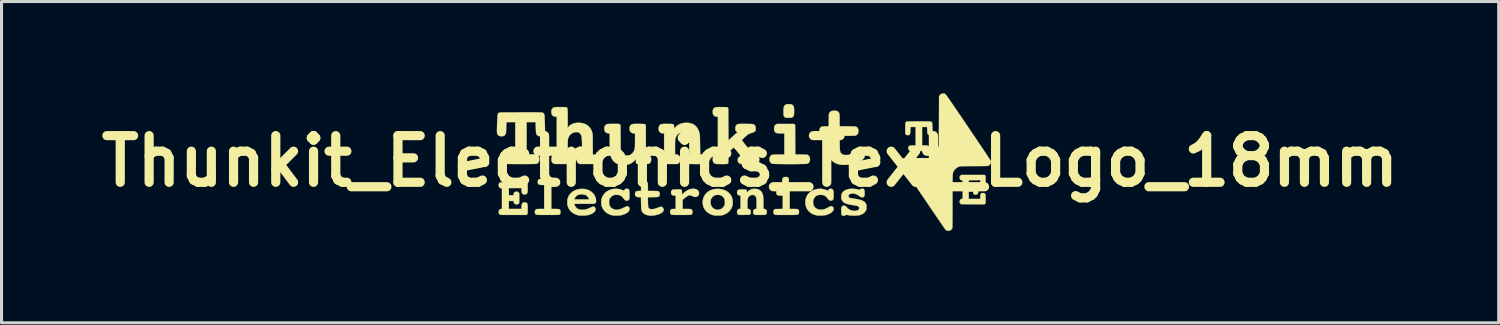
<source format=kicad_pcb>
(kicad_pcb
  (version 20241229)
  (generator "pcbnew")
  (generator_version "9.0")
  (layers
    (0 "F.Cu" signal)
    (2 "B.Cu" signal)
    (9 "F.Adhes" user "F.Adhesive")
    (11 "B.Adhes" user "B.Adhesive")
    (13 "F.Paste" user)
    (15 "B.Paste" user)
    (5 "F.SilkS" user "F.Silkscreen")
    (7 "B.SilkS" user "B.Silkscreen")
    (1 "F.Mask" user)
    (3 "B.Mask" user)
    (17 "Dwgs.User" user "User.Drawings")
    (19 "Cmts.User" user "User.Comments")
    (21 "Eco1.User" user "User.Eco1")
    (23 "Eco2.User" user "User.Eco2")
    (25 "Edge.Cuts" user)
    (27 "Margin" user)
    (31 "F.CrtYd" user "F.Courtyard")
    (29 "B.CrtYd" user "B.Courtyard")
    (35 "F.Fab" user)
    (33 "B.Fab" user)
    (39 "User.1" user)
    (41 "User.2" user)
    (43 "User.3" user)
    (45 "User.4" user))
  (footprint "Thunkit_Electronics_Text_Logo_18mm"
    (layer "F.Cu")
    (at 21.452 2.215)
    (property "Reference" "Thunkit_Electronics_Text_Logo_18mm" (at 0 0 0) (layer "F.SilkS") (effects (font (size 1.524 1.524) (thickness 0.3))))
    (attr through_hole)
    (fp_poly (pts (xy 1.173 0.516) (xy 1.202 0.519) (xy 1.221 0.522) (xy 1.235 0.529) (xy 1.246 0.539) (xy 1.254 0.547) (xy 1.26 0.556) (xy 1.263 0.566) (xy 1.265 0.582) (xy 1.266 0.607) (xy 1.266 0.641) (xy 1.266 0.66) (xy 1.266 0.701) (xy 1.266 0.729) (xy 1.264 0.749) (xy 1.261 0.761) (xy 1.257 0.77) (xy 1.25 0.778) (xy 1.25 0.778) (xy 1.24 0.786) (xy 1.228 0.791) (xy 1.21 0.794) (xy 1.183 0.796) (xy 1.165 0.797) (xy 1.133 0.798) (xy 1.111 0.798) (xy 1.098 0.795) (xy 1.088 0.79) (xy 1.078 0.781) (xy 1.075 0.779) (xy 1.058 0.752) (xy 1.048 0.716) (xy 1.046 0.668) (xy 1.049 0.634) (xy 1.056 0.588) (xy 1.067 0.555) (xy 1.084 0.533) (xy 1.109 0.521) (xy 1.143 0.516) (xy 1.173 0.516)) (stroke (width 0.01) (type solid)) (fill yes) (layer "F.SilkS"))
    (fp_poly (pts (xy 1.304 -1.863) (xy 1.352 -1.853) (xy 1.388 -1.835) (xy 1.413 -1.808) (xy 1.429 -1.771) (xy 1.43 -1.767) (xy 1.433 -1.745) (xy 1.435 -1.714) (xy 1.436 -1.675) (xy 1.437 -1.633) (xy 1.436 -1.591) (xy 1.435 -1.552) (xy 1.432 -1.521) (xy 1.429 -1.5) (xy 1.429 -1.499) (xy 1.413 -1.463) (xy 1.387 -1.438) (xy 1.35 -1.423) (xy 1.348 -1.423) (xy 1.315 -1.418) (xy 1.273 -1.416) (xy 1.23 -1.417) (xy 1.19 -1.42) (xy 1.171 -1.423) (xy 1.136 -1.438) (xy 1.11 -1.464) (xy 1.095 -1.498) (xy 1.092 -1.519) (xy 1.09 -1.552) (xy 1.089 -1.595) (xy 1.09 -1.64) (xy 1.091 -1.684) (xy 1.093 -1.717) (xy 1.095 -1.74) (xy 1.098 -1.758) (xy 1.103 -1.773) (xy 1.11 -1.789) (xy 1.111 -1.789) (xy 1.126 -1.813) (xy 1.143 -1.834) (xy 1.152 -1.841) (xy 1.182 -1.854) (xy 1.223 -1.862) (xy 1.271 -1.864) (xy 1.304 -1.863)) (stroke (width 0.01) (type solid)) (fill yes) (layer "F.SilkS"))
    (fp_poly (pts (xy 1.154 0.922) (xy 1.195 0.922) (xy 1.226 0.923) (xy 1.248 0.925) (xy 1.262 0.927) (xy 1.272 0.931) (xy 1.276 0.933) (xy 1.292 0.944) (xy 1.292 1.56) (xy 1.412 1.56) (xy 1.466 1.561) (xy 1.507 1.563) (xy 1.537 1.566) (xy 1.559 1.572) (xy 1.574 1.581) (xy 1.584 1.594) (xy 1.59 1.606) (xy 1.597 1.635) (xy 1.598 1.668) (xy 1.594 1.698) (xy 1.584 1.719) (xy 1.578 1.727) (xy 1.571 1.734) (xy 1.564 1.74) (xy 1.554 1.744) (xy 1.54 1.748) (xy 1.521 1.751) (xy 1.496 1.753) (xy 1.463 1.754) (xy 1.421 1.755) (xy 1.369 1.756) (xy 1.307 1.756) (xy 1.231 1.756) (xy 1.179 1.756) (xy 1.098 1.756) (xy 1.03 1.756) (xy 0.974 1.756) (xy 0.929 1.755) (xy 0.893 1.755) (xy 0.865 1.754) (xy 0.845 1.753) (xy 0.829 1.751) (xy 0.818 1.749) (xy 0.81 1.747) (xy 0.804 1.744) (xy 0.8 1.742) (xy 0.78 1.725) (xy 0.768 1.704) (xy 0.763 1.674) (xy 0.762 1.651) (xy 0.763 1.625) (xy 0.769 1.607) (xy 0.781 1.59) (xy 0.783 1.588) (xy 0.804 1.564) (xy 1.067 1.559) (xy 1.067 1.127) (xy 0.992 1.123) (xy 0.943 1.12) (xy 0.906 1.112) (xy 0.881 1.098) (xy 0.865 1.078) (xy 0.858 1.051) (xy 0.857 1.014) (xy 0.858 1.009) (xy 0.863 0.974) (xy 0.875 0.951) (xy 0.895 0.936) (xy 0.914 0.929) (xy 0.929 0.927) (xy 0.955 0.925) (xy 0.992 0.923) (xy 1.035 0.922) (xy 1.082 0.922) (xy 1.1 0.922) (xy 1.154 0.922)) (stroke (width 0.01) (type solid)) (fill yes) (layer "F.SilkS"))
    (fp_poly (pts (xy 1.47 -1.183) (xy 1.472 -0.701) (xy 1.474 -0.219) (xy 1.667 -0.216) (xy 1.726 -0.216) (xy 1.771 -0.215) (xy 1.806 -0.214) (xy 1.832 -0.213) (xy 1.851 -0.211) (xy 1.865 -0.208) (xy 1.876 -0.205) (xy 1.885 -0.201) (xy 1.891 -0.197) (xy 1.922 -0.171) (xy 1.944 -0.136) (xy 1.955 -0.093) (xy 1.956 -0.045) (xy 1.952 -0.018) (xy 1.937 0.025) (xy 1.913 0.057) (xy 1.878 0.078) (xy 1.863 0.083) (xy 1.848 0.086) (xy 1.82 0.088) (xy 1.78 0.089) (xy 1.731 0.091) (xy 1.672 0.092) (xy 1.606 0.093) (xy 1.535 0.094) (xy 1.459 0.095) (xy 1.38 0.095) (xy 1.299 0.095) (xy 1.218 0.095) (xy 1.139 0.095) (xy 1.063 0.094) (xy 0.99 0.093) (xy 0.924 0.092) (xy 0.864 0.091) (xy 0.813 0.089) (xy 0.772 0.088) (xy 0.743 0.086) (xy 0.726 0.083) (xy 0.725 0.083) (xy 0.688 0.065) (xy 0.659 0.036) (xy 0.641 -0.002) (xy 0.632 -0.046) (xy 0.635 -0.096) (xy 0.64 -0.121) (xy 0.656 -0.158) (xy 0.684 -0.188) (xy 0.719 -0.207) (xy 0.728 -0.209) (xy 0.747 -0.212) (xy 0.78 -0.215) (xy 0.823 -0.216) (xy 0.877 -0.217) (xy 0.939 -0.218) (xy 1.118 -0.218) (xy 1.118 -0.907) (xy 1.014 -0.907) (xy 0.955 -0.908) (xy 0.91 -0.912) (xy 0.874 -0.918) (xy 0.847 -0.928) (xy 0.826 -0.941) (xy 0.818 -0.949) (xy 0.802 -0.97) (xy 0.791 -0.994) (xy 0.785 -1.024) (xy 0.784 -1.064) (xy 0.784 -1.065) (xy 0.787 -1.113) (xy 0.798 -1.149) (xy 0.817 -1.177) (xy 0.844 -1.198) (xy 0.874 -1.216) (xy 1.437 -1.216) (xy 1.47 -1.183)) (stroke (width 0.01) (type solid)) (fill yes) (layer "F.SilkS"))
    (fp_poly (pts (xy -1 0.906) (xy -0.987 0.907) (xy -0.901 0.923) (xy -0.823 0.95) (xy -0.754 0.986) (xy -0.695 1.032) (xy -0.646 1.087) (xy -0.608 1.15) (xy -0.582 1.22) (xy -0.568 1.296) (xy -0.566 1.34) (xy -0.569 1.398) (xy -0.577 1.449) (xy -0.593 1.497) (xy -0.607 1.53) (xy -0.645 1.592) (xy -0.694 1.648) (xy -0.754 1.695) (xy -0.822 1.733) (xy -0.874 1.754) (xy -0.901 1.762) (xy -0.926 1.767) (xy -0.953 1.771) (xy -0.986 1.773) (xy -1.028 1.775) (xy -1.038 1.775) (xy -1.098 1.776) (xy -1.145 1.774) (xy -1.18 1.769) (xy -1.187 1.768) (xy -1.268 1.743) (xy -1.341 1.707) (xy -1.404 1.663) (xy -1.456 1.61) (xy -1.498 1.55) (xy -1.528 1.483) (xy -1.546 1.411) (xy -1.55 1.343) (xy -1.294 1.343) (xy -1.287 1.405) (xy -1.268 1.459) (xy -1.238 1.506) (xy -1.197 1.543) (xy -1.145 1.571) (xy -1.118 1.58) (xy -1.078 1.586) (xy -1.032 1.584) (xy -0.986 1.576) (xy -0.954 1.565) (xy -0.907 1.535) (xy -0.868 1.495) (xy -0.843 1.452) (xy -0.833 1.43) (xy -0.828 1.409) (xy -0.825 1.385) (xy -0.824 1.353) (xy -0.824 1.343) (xy -0.826 1.29) (xy -0.835 1.247) (xy -0.85 1.211) (xy -0.874 1.177) (xy -0.883 1.168) (xy -0.918 1.136) (xy -0.956 1.115) (xy -1 1.103) (xy -1.054 1.1) (xy -1.056 1.1) (xy -1.108 1.103) (xy -1.151 1.113) (xy -1.188 1.133) (xy -1.223 1.162) (xy -1.233 1.173) (xy -1.264 1.213) (xy -1.284 1.257) (xy -1.293 1.306) (xy -1.294 1.343) (xy -1.55 1.343) (xy -1.55 1.335) (xy -1.543 1.263) (xy -1.522 1.189) (xy -1.489 1.121) (xy -1.445 1.06) (xy -1.39 1.008) (xy -1.325 0.966) (xy -1.252 0.934) (xy -1.238 0.929) (xy -1.162 0.912) (xy -1.08 0.904) (xy -1 0.906)) (stroke (width 0.01) (type solid)) (fill yes) (layer "F.SilkS"))
    (fp_poly (pts (xy -6.717 0.574) (xy -6.667 0.575) (xy -6.618 0.575) (xy -6.581 0.576) (xy -6.555 0.578) (xy -6.537 0.579) (xy -6.525 0.582) (xy -6.517 0.586) (xy -6.512 0.591) (xy -6.509 0.594) (xy -6.506 0.598) (xy -6.504 0.603) (xy -6.502 0.61) (xy -6.5 0.621) (xy -6.499 0.636) (xy -6.498 0.656) (xy -6.497 0.683) (xy -6.496 0.718) (xy -6.496 0.761) (xy -6.495 0.814) (xy -6.495 0.878) (xy -6.495 0.953) (xy -6.495 1.042) (xy -6.495 1.086) (xy -6.495 1.56) (xy -6.374 1.56) (xy -6.321 1.561) (xy -6.281 1.563) (xy -6.251 1.567) (xy -6.23 1.573) (xy -6.215 1.583) (xy -6.205 1.596) (xy -6.198 1.614) (xy -6.197 1.615) (xy -6.193 1.645) (xy -6.194 1.679) (xy -6.201 1.71) (xy -6.205 1.721) (xy -6.21 1.729) (xy -6.216 1.735) (xy -6.224 1.741) (xy -6.235 1.745) (xy -6.252 1.748) (xy -6.274 1.751) (xy -6.303 1.753) (xy -6.341 1.754) (xy -6.388 1.755) (xy -6.445 1.756) (xy -6.515 1.756) (xy -6.598 1.756) (xy -6.613 1.756) (xy -6.696 1.756) (xy -6.766 1.756) (xy -6.824 1.755) (xy -6.871 1.754) (xy -6.908 1.753) (xy -6.937 1.752) (xy -6.958 1.751) (xy -6.973 1.749) (xy -6.983 1.747) (xy -6.987 1.745) (xy -7.009 1.728) (xy -7.024 1.703) (xy -7.031 1.672) (xy -7.031 1.639) (xy -7.022 1.609) (xy -7.006 1.584) (xy -6.99 1.572) (xy -6.978 1.567) (xy -6.961 1.564) (xy -6.937 1.562) (xy -6.903 1.561) (xy -6.857 1.56) (xy -6.847 1.56) (xy -6.727 1.56) (xy -6.727 0.777) (xy -6.797 0.777) (xy -6.847 0.774) (xy -6.885 0.767) (xy -6.912 0.753) (xy -6.928 0.732) (xy -6.936 0.703) (xy -6.936 0.665) (xy -6.933 0.639) (xy -6.928 0.622) (xy -6.917 0.608) (xy -6.911 0.602) (xy -6.899 0.593) (xy -6.885 0.586) (xy -6.866 0.58) (xy -6.842 0.577) (xy -6.811 0.575) (xy -6.77 0.574) (xy -6.717 0.574)) (stroke (width 0.01) (type solid)) (fill yes) (layer "F.SilkS"))
    (fp_poly (pts (xy -5.447 0.906) (xy -5.386 0.912) (xy -5.345 0.921) (xy -5.27 0.948) (xy -5.203 0.986) (xy -5.146 1.033) (xy -5.099 1.089) (xy -5.064 1.152) (xy -5.041 1.221) (xy -5.035 1.253) (xy -5.031 1.298) (xy -5.034 1.333) (xy -5.045 1.358) (xy -5.065 1.376) (xy -5.073 1.381) (xy -5.08 1.384) (xy -5.089 1.386) (xy -5.101 1.388) (xy -5.118 1.39) (xy -5.141 1.391) (xy -5.171 1.392) (xy -5.209 1.393) (xy -5.258 1.393) (xy -5.318 1.393) (xy -5.39 1.393) (xy -5.42 1.393) (xy -5.742 1.393) (xy -5.737 1.413) (xy -5.717 1.465) (xy -5.686 1.51) (xy -5.644 1.547) (xy -5.61 1.566) (xy -5.586 1.576) (xy -5.561 1.582) (xy -5.53 1.586) (xy -5.498 1.588) (xy -5.449 1.588) (xy -5.406 1.584) (xy -5.363 1.575) (xy -5.317 1.561) (xy -5.266 1.539) (xy -5.231 1.523) (xy -5.186 1.503) (xy -5.152 1.489) (xy -5.126 1.483) (xy -5.106 1.484) (xy -5.089 1.491) (xy -5.074 1.505) (xy -5.07 1.51) (xy -5.051 1.542) (xy -5.046 1.575) (xy -5.056 1.611) (xy -5.056 1.612) (xy -5.081 1.651) (xy -5.12 1.686) (xy -5.171 1.717) (xy -5.233 1.743) (xy -5.28 1.757) (xy -5.317 1.764) (xy -5.363 1.77) (xy -5.416 1.774) (xy -5.47 1.776) (xy -5.522 1.776) (xy -5.569 1.774) (xy -5.606 1.769) (xy -5.613 1.768) (xy -5.695 1.742) (xy -5.767 1.707) (xy -5.831 1.661) (xy -5.884 1.607) (xy -5.925 1.544) (xy -5.955 1.474) (xy -5.962 1.451) (xy -5.969 1.408) (xy -5.972 1.357) (xy -5.97 1.303) (xy -5.965 1.251) (xy -5.964 1.248) (xy -5.741 1.248) (xy -5.26 1.248) (xy -5.265 1.232) (xy -5.288 1.182) (xy -5.322 1.141) (xy -5.367 1.109) (xy -5.381 1.102) (xy -5.417 1.091) (xy -5.462 1.084) (xy -5.511 1.081) (xy -5.557 1.084) (xy -5.597 1.092) (xy -5.599 1.092) (xy -5.646 1.115) (xy -5.686 1.148) (xy -5.718 1.19) (xy -5.736 1.232) (xy -5.741 1.248) (xy -5.964 1.248) (xy -5.955 1.206) (xy -5.95 1.192) (xy -5.917 1.123) (xy -5.872 1.061) (xy -5.816 1.009) (xy -5.75 0.966) (xy -5.674 0.933) (xy -5.634 0.921) (xy -5.577 0.91) (xy -5.513 0.905) (xy -5.447 0.906)) (stroke (width 0.01) (type solid)) (fill yes) (layer "F.SilkS"))
    (fp_poly (pts (xy 2.66 0.903) (xy 2.688 0.916) (xy 2.692 0.92) (xy 2.706 0.937) (xy 2.716 0.96) (xy 2.723 0.991) (xy 2.727 1.031) (xy 2.728 1.083) (xy 2.728 1.13) (xy 2.726 1.178) (xy 2.722 1.214) (xy 2.716 1.24) (xy 2.707 1.258) (xy 2.694 1.271) (xy 2.675 1.28) (xy 2.665 1.283) (xy 2.628 1.289) (xy 2.595 1.281) (xy 2.565 1.259) (xy 2.547 1.237) (xy 2.509 1.189) (xy 2.47 1.151) (xy 2.432 1.124) (xy 2.409 1.113) (xy 2.372 1.104) (xy 2.328 1.1) (xy 2.283 1.099) (xy 2.24 1.103) (xy 2.204 1.111) (xy 2.191 1.116) (xy 2.146 1.143) (xy 2.111 1.177) (xy 2.084 1.22) (xy 2.081 1.225) (xy 2.069 1.251) (xy 2.062 1.273) (xy 2.058 1.296) (xy 2.057 1.326) (xy 2.057 1.335) (xy 2.061 1.392) (xy 2.073 1.439) (xy 2.093 1.48) (xy 2.113 1.506) (xy 2.155 1.542) (xy 2.205 1.568) (xy 2.262 1.583) (xy 2.324 1.587) (xy 2.389 1.578) (xy 2.435 1.566) (xy 2.46 1.556) (xy 2.492 1.542) (xy 2.527 1.524) (xy 2.549 1.512) (xy 2.592 1.489) (xy 2.625 1.476) (xy 2.652 1.471) (xy 2.673 1.474) (xy 2.693 1.485) (xy 2.7 1.492) (xy 2.721 1.52) (xy 2.729 1.552) (xy 2.724 1.586) (xy 2.708 1.621) (xy 2.68 1.655) (xy 2.641 1.687) (xy 2.6 1.711) (xy 2.552 1.734) (xy 2.505 1.751) (xy 2.456 1.763) (xy 2.402 1.77) (xy 2.338 1.774) (xy 2.315 1.775) (xy 2.268 1.776) (xy 2.231 1.776) (xy 2.202 1.774) (xy 2.177 1.77) (xy 2.152 1.765) (xy 2.148 1.764) (xy 2.066 1.737) (xy 1.994 1.7) (xy 1.934 1.653) (xy 1.884 1.597) (xy 1.847 1.536) (xy 1.818 1.461) (xy 1.803 1.385) (xy 1.803 1.307) (xy 1.816 1.23) (xy 1.844 1.154) (xy 1.851 1.138) (xy 1.879 1.094) (xy 1.917 1.05) (xy 1.961 1.008) (xy 2.008 0.974) (xy 2.039 0.956) (xy 2.12 0.925) (xy 2.203 0.907) (xy 2.288 0.901) (xy 2.371 0.909) (xy 2.452 0.93) (xy 2.476 0.94) (xy 2.507 0.953) (xy 2.527 0.96) (xy 2.539 0.962) (xy 2.546 0.96) (xy 2.55 0.953) (xy 2.553 0.948) (xy 2.571 0.924) (xy 2.598 0.908) (xy 2.629 0.901) (xy 2.66 0.903)) (stroke (width 0.01) (type solid)) (fill yes) (layer "F.SilkS"))
    (fp_poly (pts (xy -1.84 0.901) (xy -1.805 0.904) (xy -1.778 0.91) (xy -1.754 0.92) (xy -1.743 0.925) (xy -1.708 0.951) (xy -1.683 0.982) (xy -1.67 1.016) (xy -1.667 1.051) (xy -1.673 1.085) (xy -1.688 1.116) (xy -1.712 1.141) (xy -1.744 1.159) (xy -1.782 1.168) (xy -1.815 1.166) (xy -1.835 1.161) (xy -1.863 1.151) (xy -1.892 1.138) (xy -1.896 1.136) (xy -1.924 1.124) (xy -1.95 1.115) (xy -1.969 1.11) (xy -1.971 1.11) (xy -1.999 1.116) (xy -2.033 1.131) (xy -2.073 1.155) (xy -2.117 1.186) (xy -2.141 1.207) (xy -2.203 1.26) (xy -2.205 1.41) (xy -2.206 1.56) (xy -2.078 1.56) (xy -2.029 1.561) (xy -1.993 1.561) (xy -1.966 1.563) (xy -1.947 1.565) (xy -1.933 1.569) (xy -1.923 1.573) (xy -1.901 1.591) (xy -1.887 1.618) (xy -1.881 1.649) (xy -1.883 1.681) (xy -1.893 1.711) (xy -1.91 1.735) (xy -1.932 1.748) (xy -1.946 1.751) (xy -1.974 1.753) (xy -2.016 1.754) (xy -2.072 1.755) (xy -2.14 1.756) (xy -2.221 1.756) (xy -2.253 1.756) (xy -2.326 1.756) (xy -2.387 1.756) (xy -2.436 1.756) (xy -2.475 1.755) (xy -2.505 1.754) (xy -2.528 1.753) (xy -2.544 1.752) (xy -2.556 1.75) (xy -2.564 1.747) (xy -2.571 1.744) (xy -2.574 1.742) (xy -2.594 1.727) (xy -2.606 1.709) (xy -2.611 1.685) (xy -2.613 1.655) (xy -2.612 1.629) (xy -2.607 1.611) (xy -2.598 1.596) (xy -2.591 1.588) (xy -2.581 1.577) (xy -2.571 1.57) (xy -2.558 1.565) (xy -2.539 1.563) (xy -2.509 1.562) (xy -2.501 1.561) (xy -2.431 1.559) (xy -2.431 1.125) (xy -2.462 1.125) (xy -2.508 1.12) (xy -2.543 1.107) (xy -2.567 1.085) (xy -2.58 1.053) (xy -2.582 1.039) (xy -2.581 0.997) (xy -2.571 0.965) (xy -2.551 0.942) (xy -2.545 0.938) (xy -2.534 0.933) (xy -2.519 0.93) (xy -2.497 0.927) (xy -2.468 0.925) (xy -2.427 0.924) (xy -2.393 0.923) (xy -2.34 0.922) (xy -2.3 0.922) (xy -2.27 0.924) (xy -2.25 0.929) (xy -2.238 0.939) (xy -2.231 0.953) (xy -2.228 0.973) (xy -2.228 1.001) (xy -2.228 1.016) (xy -2.228 1.089) (xy -2.161 1.03) (xy -2.097 0.98) (xy -2.035 0.942) (xy -1.975 0.917) (xy -1.912 0.904) (xy -1.847 0.901) (xy -1.84 0.901)) (stroke (width 0.01) (type solid)) (fill yes) (layer "F.SilkS"))
    (fp_poly (pts (xy 5.608 -1.299) (xy 5.673 -1.299) (xy 5.733 -1.298) (xy 5.787 -1.297) (xy 5.834 -1.296) (xy 5.872 -1.295) (xy 5.898 -1.293) (xy 5.912 -1.291) (xy 5.913 -1.291) (xy 5.934 -1.277) (xy 5.943 -1.261) (xy 5.945 -1.248) (xy 5.948 -1.222) (xy 5.951 -1.187) (xy 5.953 -1.144) (xy 5.955 -1.097) (xy 5.956 -1.075) (xy 5.957 -1.021) (xy 5.958 -0.979) (xy 5.958 -0.948) (xy 5.957 -0.925) (xy 5.955 -0.909) (xy 5.952 -0.897) (xy 5.949 -0.888) (xy 5.93 -0.866) (xy 5.903 -0.853) (xy 5.873 -0.85) (xy 5.842 -0.856) (xy 5.815 -0.873) (xy 5.812 -0.876) (xy 5.804 -0.884) (xy 5.798 -0.893) (xy 5.794 -0.904) (xy 5.792 -0.92) (xy 5.79 -0.944) (xy 5.788 -0.978) (xy 5.786 -1.007) (xy 5.782 -1.118) (xy 5.617 -1.118) (xy 5.617 -0.515) (xy 5.701 -0.515) (xy 5.751 -0.514) (xy 5.788 -0.51) (xy 5.815 -0.502) (xy 5.833 -0.49) (xy 5.845 -0.472) (xy 5.851 -0.447) (xy 5.853 -0.438) (xy 5.852 -0.401) (xy 5.84 -0.371) (xy 5.819 -0.35) (xy 5.813 -0.347) (xy 5.805 -0.343) (xy 5.796 -0.341) (xy 5.782 -0.338) (xy 5.764 -0.337) (xy 5.74 -0.336) (xy 5.707 -0.335) (xy 5.666 -0.334) (xy 5.613 -0.334) (xy 5.548 -0.334) (xy 5.512 -0.334) (xy 5.44 -0.334) (xy 5.382 -0.334) (xy 5.335 -0.335) (xy 5.298 -0.335) (xy 5.27 -0.336) (xy 5.249 -0.338) (xy 5.234 -0.339) (xy 5.223 -0.342) (xy 5.214 -0.345) (xy 5.211 -0.347) (xy 5.185 -0.366) (xy 5.171 -0.392) (xy 5.167 -0.425) (xy 5.17 -0.456) (xy 5.18 -0.479) (xy 5.198 -0.496) (xy 5.225 -0.507) (xy 5.264 -0.513) (xy 5.315 -0.515) (xy 5.321 -0.515) (xy 5.407 -0.515) (xy 5.407 -1.118) (xy 5.241 -1.118) (xy 5.236 -1.014) (xy 5.234 -0.975) (xy 5.231 -0.94) (xy 5.228 -0.913) (xy 5.225 -0.895) (xy 5.224 -0.892) (xy 5.209 -0.87) (xy 5.185 -0.856) (xy 5.156 -0.85) (xy 5.127 -0.852) (xy 5.1 -0.862) (xy 5.079 -0.881) (xy 5.073 -0.893) (xy 5.07 -0.907) (xy 5.068 -0.933) (xy 5.067 -0.968) (xy 5.067 -1.01) (xy 5.067 -1.056) (xy 5.068 -1.103) (xy 5.069 -1.149) (xy 5.071 -1.19) (xy 5.073 -1.225) (xy 5.076 -1.251) (xy 5.079 -1.264) (xy 5.093 -1.281) (xy 5.11 -1.291) (xy 5.122 -1.293) (xy 5.148 -1.294) (xy 5.184 -1.296) (xy 5.23 -1.297) (xy 5.284 -1.298) (xy 5.343 -1.299) (xy 5.407 -1.299) (xy 5.474 -1.299) (xy 5.541 -1.299) (xy 5.608 -1.299)) (stroke (width 0.01) (type solid)) (fill yes) (layer "F.SilkS"))
    (fp_poly (pts (xy -3.428 0.653) (xy -3.398 0.658) (xy -3.383 0.663) (xy -3.368 0.673) (xy -3.357 0.688) (xy -3.349 0.708) (xy -3.343 0.736) (xy -3.34 0.774) (xy -3.338 0.823) (xy -3.338 0.853) (xy -3.338 0.972) (xy -3.182 0.972) (xy -3.123 0.973) (xy -3.077 0.974) (xy -3.041 0.976) (xy -3.015 0.98) (xy -2.996 0.985) (xy -2.982 0.992) (xy -2.971 1.002) (xy -2.965 1.011) (xy -2.956 1.033) (xy -2.952 1.064) (xy -2.954 1.095) (xy -2.96 1.123) (xy -2.961 1.124) (xy -2.968 1.138) (xy -2.976 1.15) (xy -2.989 1.158) (xy -3.006 1.164) (xy -3.031 1.168) (xy -3.065 1.171) (xy -3.109 1.173) (xy -3.166 1.174) (xy -3.177 1.174) (xy -3.339 1.177) (xy -3.337 1.334) (xy -3.336 1.392) (xy -3.334 1.438) (xy -3.331 1.472) (xy -3.327 1.498) (xy -3.321 1.517) (xy -3.313 1.531) (xy -3.301 1.543) (xy -3.287 1.553) (xy -3.285 1.553) (xy -3.256 1.564) (xy -3.216 1.569) (xy -3.17 1.566) (xy -3.121 1.556) (xy -3.084 1.545) (xy -3.032 1.526) (xy -2.992 1.512) (xy -2.962 1.501) (xy -2.941 1.494) (xy -2.925 1.49) (xy -2.914 1.489) (xy -2.905 1.489) (xy -2.897 1.492) (xy -2.888 1.495) (xy -2.886 1.495) (xy -2.856 1.513) (xy -2.835 1.539) (xy -2.824 1.571) (xy -2.825 1.605) (xy -2.838 1.636) (xy -2.862 1.665) (xy -2.899 1.692) (xy -2.946 1.716) (xy -3 1.738) (xy -3.06 1.755) (xy -3.123 1.768) (xy -3.186 1.776) (xy -3.237 1.777) (xy -3.264 1.776) (xy -3.286 1.775) (xy -3.298 1.773) (xy -3.34 1.765) (xy -3.371 1.758) (xy -3.395 1.751) (xy -3.415 1.743) (xy -3.433 1.734) (xy -3.462 1.716) (xy -3.491 1.693) (xy -3.504 1.679) (xy -3.519 1.662) (xy -3.531 1.645) (xy -3.54 1.626) (xy -3.547 1.605) (xy -3.552 1.578) (xy -3.556 1.544) (xy -3.558 1.502) (xy -3.56 1.449) (xy -3.561 1.384) (xy -3.562 1.373) (xy -3.564 1.176) (xy -3.613 1.175) (xy -3.659 1.173) (xy -3.694 1.167) (xy -3.72 1.155) (xy -3.74 1.139) (xy -3.751 1.125) (xy -3.757 1.113) (xy -3.759 1.096) (xy -3.758 1.07) (xy -3.758 1.066) (xy -3.754 1.033) (xy -3.744 1.008) (xy -3.727 0.99) (xy -3.702 0.98) (xy -3.665 0.974) (xy -3.619 0.972) (xy -3.563 0.972) (xy -3.563 0.84) (xy -3.563 0.789) (xy -3.562 0.75) (xy -3.56 0.721) (xy -3.556 0.701) (xy -3.549 0.687) (xy -3.54 0.676) (xy -3.527 0.668) (xy -3.519 0.664) (xy -3.494 0.656) (xy -3.462 0.653) (xy -3.428 0.653)) (stroke (width 0.01) (type solid)) (fill yes) (layer "F.SilkS"))
    (fp_poly (pts (xy -7.288 0.707) (xy -7.268 0.724) (xy -7.266 0.854) (xy -7.265 0.914) (xy -7.267 0.961) (xy -7.269 0.997) (xy -7.275 1.024) (xy -7.282 1.045) (xy -7.293 1.06) (xy -7.307 1.072) (xy -7.307 1.072) (xy -7.337 1.085) (xy -7.371 1.088) (xy -7.403 1.082) (xy -7.431 1.067) (xy -7.449 1.045) (xy -7.456 1.025) (xy -7.461 0.994) (xy -7.465 0.954) (xy -7.465 0.95) (xy -7.47 0.878) (xy -7.881 0.878) (xy -7.881 1.11) (xy -7.73 1.11) (xy -7.725 1.079) (xy -7.718 1.05) (xy -7.708 1.03) (xy -7.692 1.014) (xy -7.683 1.008) (xy -7.652 0.997) (xy -7.619 0.996) (xy -7.588 1.004) (xy -7.563 1.022) (xy -7.551 1.038) (xy -7.547 1.047) (xy -7.544 1.06) (xy -7.542 1.078) (xy -7.541 1.103) (xy -7.541 1.138) (xy -7.541 1.184) (xy -7.542 1.213) (xy -7.544 1.366) (xy -7.567 1.387) (xy -7.584 1.4) (xy -7.601 1.406) (xy -7.625 1.408) (xy -7.632 1.408) (xy -7.657 1.407) (xy -7.673 1.402) (xy -7.688 1.392) (xy -7.697 1.383) (xy -7.713 1.364) (xy -7.72 1.346) (xy -7.722 1.329) (xy -7.722 1.299) (xy -7.881 1.299) (xy -7.881 1.56) (xy -7.47 1.56) (xy -7.465 1.485) (xy -7.462 1.439) (xy -7.455 1.405) (xy -7.446 1.381) (xy -7.432 1.364) (xy -7.413 1.353) (xy -7.411 1.352) (xy -7.379 1.345) (xy -7.344 1.346) (xy -7.312 1.356) (xy -7.302 1.362) (xy -7.29 1.374) (xy -7.28 1.39) (xy -7.273 1.413) (xy -7.269 1.443) (xy -7.266 1.483) (xy -7.266 1.534) (xy -7.266 1.585) (xy -7.268 1.721) (xy -7.309 1.756) (xy -7.727 1.756) (xy -7.818 1.756) (xy -7.894 1.756) (xy -7.959 1.756) (xy -8.012 1.755) (xy -8.056 1.755) (xy -8.09 1.754) (xy -8.116 1.753) (xy -8.136 1.751) (xy -8.151 1.75) (xy -8.16 1.748) (xy -8.167 1.745) (xy -8.167 1.745) (xy -8.191 1.729) (xy -8.205 1.708) (xy -8.212 1.679) (xy -8.212 1.642) (xy -8.202 1.61) (xy -8.183 1.583) (xy -8.158 1.566) (xy -8.131 1.56) (xy -8.106 1.56) (xy -8.106 0.885) (xy -8.129 0.885) (xy -8.159 0.879) (xy -8.184 0.861) (xy -8.202 0.836) (xy -8.212 0.805) (xy -8.214 0.771) (xy -8.205 0.738) (xy -8.197 0.723) (xy -8.192 0.716) (xy -8.187 0.71) (xy -8.18 0.705) (xy -8.17 0.701) (xy -8.157 0.698) (xy -8.138 0.695) (xy -8.113 0.693) (xy -8.081 0.692) (xy -8.041 0.691) (xy -7.991 0.69) (xy -7.931 0.69) (xy -7.859 0.689) (xy -7.774 0.689) (xy -7.729 0.689) (xy -7.309 0.689) (xy -7.288 0.707)) (stroke (width 0.01) (type solid)) (fill yes) (layer "F.SilkS"))
    (fp_poly (pts (xy -4.002 0.903) (xy -3.98 0.91) (xy -3.978 0.912) (xy -3.965 0.922) (xy -3.956 0.936) (xy -3.949 0.955) (xy -3.945 0.981) (xy -3.942 1.015) (xy -3.941 1.061) (xy -3.941 1.097) (xy -3.941 1.152) (xy -3.943 1.194) (xy -3.946 1.225) (xy -3.952 1.248) (xy -3.961 1.263) (xy -3.974 1.274) (xy -3.99 1.281) (xy -3.995 1.283) (xy -4.029 1.29) (xy -4.059 1.285) (xy -4.087 1.269) (xy -4.115 1.241) (xy -4.137 1.212) (xy -4.167 1.173) (xy -4.2 1.144) (xy -4.24 1.121) (xy -4.249 1.116) (xy -4.27 1.109) (xy -4.291 1.104) (xy -4.317 1.101) (xy -4.352 1.1) (xy -4.362 1.1) (xy -4.397 1.1) (xy -4.423 1.101) (xy -4.442 1.105) (xy -4.46 1.111) (xy -4.479 1.12) (xy -4.526 1.15) (xy -4.565 1.192) (xy -4.589 1.233) (xy -4.597 1.252) (xy -4.601 1.272) (xy -4.604 1.298) (xy -4.605 1.333) (xy -4.605 1.343) (xy -4.604 1.379) (xy -4.602 1.405) (xy -4.599 1.425) (xy -4.592 1.443) (xy -4.587 1.455) (xy -4.556 1.503) (xy -4.515 1.54) (xy -4.464 1.567) (xy -4.403 1.583) (xy -4.395 1.584) (xy -4.351 1.588) (xy -4.307 1.585) (xy -4.261 1.574) (xy -4.211 1.556) (xy -4.152 1.53) (xy -4.132 1.52) (xy -4.087 1.498) (xy -4.053 1.483) (xy -4.026 1.474) (xy -4.005 1.472) (xy -3.988 1.476) (xy -3.971 1.485) (xy -3.97 1.486) (xy -3.956 1.502) (xy -3.943 1.524) (xy -3.941 1.529) (xy -3.936 1.565) (xy -3.944 1.601) (xy -3.965 1.635) (xy -3.998 1.669) (xy -4.043 1.699) (xy -4.097 1.727) (xy -4.162 1.751) (xy -4.169 1.753) (xy -4.198 1.761) (xy -4.224 1.767) (xy -4.253 1.77) (xy -4.286 1.773) (xy -4.329 1.775) (xy -4.347 1.775) (xy -4.405 1.776) (xy -4.45 1.774) (xy -4.485 1.771) (xy -4.503 1.768) (xy -4.582 1.744) (xy -4.651 1.711) (xy -4.712 1.668) (xy -4.755 1.627) (xy -4.791 1.581) (xy -4.822 1.528) (xy -4.845 1.473) (xy -4.854 1.438) (xy -4.86 1.394) (xy -4.862 1.342) (xy -4.859 1.29) (xy -4.853 1.243) (xy -4.851 1.234) (xy -4.828 1.166) (xy -4.792 1.103) (xy -4.746 1.045) (xy -4.69 0.996) (xy -4.628 0.958) (xy -4.574 0.934) (xy -4.525 0.918) (xy -4.475 0.908) (xy -4.419 0.904) (xy -4.391 0.904) (xy -4.335 0.905) (xy -4.289 0.91) (xy -4.245 0.92) (xy -4.198 0.936) (xy -4.173 0.946) (xy -4.145 0.956) (xy -4.128 0.961) (xy -4.119 0.961) (xy -4.116 0.957) (xy -4.109 0.946) (xy -4.095 0.93) (xy -4.089 0.923) (xy -4.072 0.908) (xy -4.055 0.902) (xy -4.031 0.9) (xy -4.03 0.9) (xy -4.002 0.903)) (stroke (width 0.01) (type solid)) (fill yes) (layer "F.SilkS"))
    (fp_poly (pts (xy 7.677 0.467) (xy 7.682 0.473) (xy 7.686 0.481) (xy 7.689 0.492) (xy 7.691 0.509) (xy 7.692 0.534) (xy 7.692 0.569) (xy 7.693 0.616) (xy 7.693 0.616) (xy 7.692 0.67) (xy 7.691 0.712) (xy 7.688 0.743) (xy 7.683 0.765) (xy 7.677 0.78) (xy 7.667 0.791) (xy 7.657 0.798) (xy 7.636 0.804) (xy 7.607 0.805) (xy 7.579 0.802) (xy 7.555 0.795) (xy 7.555 0.795) (xy 7.539 0.782) (xy 7.528 0.762) (xy 7.521 0.733) (xy 7.519 0.692) (xy 7.518 0.677) (xy 7.518 0.617) (xy 7.332 0.619) (xy 7.145 0.62) (xy 7.143 0.724) (xy 7.141 0.827) (xy 7.278 0.827) (xy 7.283 0.797) (xy 7.294 0.763) (xy 7.316 0.739) (xy 7.346 0.727) (xy 7.364 0.726) (xy 7.391 0.728) (xy 7.413 0.734) (xy 7.429 0.748) (xy 7.44 0.769) (xy 7.447 0.799) (xy 7.452 0.841) (xy 7.453 0.895) (xy 7.453 0.912) (xy 7.453 0.958) (xy 7.452 0.992) (xy 7.45 1.017) (xy 7.447 1.034) (xy 7.442 1.048) (xy 7.44 1.052) (xy 7.42 1.078) (xy 7.392 1.092) (xy 7.36 1.096) (xy 7.327 1.087) (xy 7.322 1.085) (xy 7.3 1.068) (xy 7.289 1.045) (xy 7.286 1.02) (xy 7.286 0.994) (xy 7.141 0.994) (xy 7.141 1.234) (xy 7.518 1.234) (xy 7.518 1.168) (xy 7.52 1.121) (xy 7.527 1.086) (xy 7.539 1.062) (xy 7.556 1.048) (xy 7.559 1.046) (xy 7.586 1.039) (xy 7.618 1.039) (xy 7.648 1.044) (xy 7.653 1.046) (xy 7.666 1.054) (xy 7.675 1.063) (xy 7.682 1.077) (xy 7.687 1.097) (xy 7.69 1.125) (xy 7.692 1.163) (xy 7.693 1.213) (xy 7.693 1.234) (xy 7.693 1.282) (xy 7.692 1.317) (xy 7.691 1.343) (xy 7.69 1.361) (xy 7.687 1.372) (xy 7.683 1.38) (xy 7.678 1.387) (xy 7.675 1.39) (xy 7.657 1.408) (xy 7.281 1.407) (xy 7.208 1.407) (xy 7.14 1.407) (xy 7.077 1.406) (xy 7.021 1.406) (xy 6.974 1.405) (xy 6.936 1.405) (xy 6.91 1.404) (xy 6.896 1.403) (xy 6.894 1.403) (xy 6.871 1.388) (xy 6.853 1.364) (xy 6.846 1.345) (xy 6.845 1.307) (xy 6.855 1.274) (xy 6.875 1.249) (xy 6.905 1.233) (xy 6.916 1.231) (xy 6.945 1.226) (xy 6.945 0.929) (xy 6.945 0.854) (xy 6.945 0.793) (xy 6.944 0.744) (xy 6.944 0.706) (xy 6.943 0.677) (xy 6.942 0.656) (xy 6.94 0.643) (xy 6.938 0.635) (xy 6.936 0.632) (xy 6.934 0.631) (xy 6.921 0.629) (xy 6.901 0.622) (xy 6.895 0.62) (xy 6.869 0.602) (xy 6.852 0.577) (xy 6.844 0.546) (xy 6.846 0.514) (xy 6.859 0.485) (xy 6.872 0.47) (xy 6.895 0.45) (xy 7.661 0.45) (xy 7.677 0.467)) (stroke (width 0.01) (type solid)) (fill yes) (layer "F.SilkS"))
    (fp_poly (pts (xy 0.171 0.902) (xy 0.231 0.911) (xy 0.282 0.927) (xy 0.324 0.953) (xy 0.361 0.988) (xy 0.369 0.998) (xy 0.387 1.024) (xy 0.401 1.053) (xy 0.412 1.085) (xy 0.421 1.123) (xy 0.428 1.169) (xy 0.432 1.223) (xy 0.434 1.289) (xy 0.435 1.367) (xy 0.435 1.381) (xy 0.435 1.553) (xy 0.466 1.558) (xy 0.5 1.57) (xy 0.521 1.586) (xy 0.534 1.6) (xy 0.541 1.613) (xy 0.544 1.63) (xy 0.544 1.657) (xy 0.544 1.657) (xy 0.544 1.685) (xy 0.54 1.703) (xy 0.533 1.717) (xy 0.523 1.729) (xy 0.502 1.753) (xy 0.335 1.755) (xy 0.279 1.755) (xy 0.236 1.755) (xy 0.204 1.755) (xy 0.18 1.754) (xy 0.163 1.752) (xy 0.15 1.749) (xy 0.143 1.745) (xy 0.118 1.728) (xy 0.104 1.703) (xy 0.098 1.667) (xy 0.098 1.658) (xy 0.102 1.619) (xy 0.115 1.591) (xy 0.139 1.571) (xy 0.175 1.559) (xy 0.184 1.557) (xy 0.212 1.552) (xy 0.209 1.377) (xy 0.208 1.321) (xy 0.208 1.279) (xy 0.206 1.246) (xy 0.205 1.222) (xy 0.203 1.205) (xy 0.2 1.191) (xy 0.196 1.179) (xy 0.19 1.168) (xy 0.189 1.165) (xy 0.168 1.133) (xy 0.142 1.113) (xy 0.108 1.103) (xy 0.081 1.102) (xy 0.033 1.108) (xy -0.008 1.127) (xy -0.042 1.157) (xy -0.056 1.175) (xy -0.067 1.195) (xy -0.075 1.218) (xy -0.081 1.247) (xy -0.084 1.284) (xy -0.086 1.33) (xy -0.087 1.389) (xy -0.087 1.405) (xy -0.087 1.553) (xy -0.056 1.558) (xy -0.022 1.57) (xy -0.002 1.586) (xy 0.011 1.6) (xy 0.018 1.613) (xy 0.021 1.63) (xy 0.022 1.657) (xy 0.022 1.657) (xy 0.021 1.685) (xy 0.018 1.703) (xy 0.01 1.717) (xy 0.001 1.729) (xy -0.021 1.753) (xy -0.19 1.754) (xy -0.248 1.755) (xy -0.293 1.755) (xy -0.327 1.754) (xy -0.352 1.752) (xy -0.369 1.75) (xy -0.381 1.746) (xy -0.382 1.746) (xy -0.403 1.733) (xy -0.416 1.714) (xy -0.424 1.686) (xy -0.425 1.679) (xy -0.426 1.637) (xy -0.415 1.603) (xy -0.392 1.578) (xy -0.359 1.561) (xy -0.341 1.557) (xy -0.312 1.553) (xy -0.312 1.127) (xy -0.341 1.123) (xy -0.378 1.112) (xy -0.404 1.092) (xy -0.419 1.068) (xy -0.426 1.036) (xy -0.425 1.001) (xy -0.415 0.969) (xy -0.408 0.959) (xy -0.396 0.946) (xy -0.379 0.936) (xy -0.357 0.929) (xy -0.325 0.925) (xy -0.284 0.923) (xy -0.243 0.922) (xy -0.196 0.922) (xy -0.161 0.924) (xy -0.137 0.928) (xy -0.122 0.935) (xy -0.113 0.946) (xy -0.11 0.962) (xy -0.109 0.985) (xy -0.109 1.026) (xy -0.077 0.993) (xy -0.027 0.95) (xy 0.029 0.921) (xy 0.092 0.905) (xy 0.161 0.902) (xy 0.171 0.902)) (stroke (width 0.01) (type solid)) (fill yes) (layer "F.SilkS"))
    (fp_poly (pts (xy 3.691 0.9) (xy 3.71 0.909) (xy 3.724 0.923) (xy 3.733 0.945) (xy 3.738 0.976) (xy 3.74 1.018) (xy 3.741 1.034) (xy 3.74 1.079) (xy 3.738 1.111) (xy 3.734 1.134) (xy 3.727 1.15) (xy 3.716 1.162) (xy 3.706 1.169) (xy 3.685 1.179) (xy 3.663 1.183) (xy 3.639 1.179) (xy 3.611 1.166) (xy 3.577 1.145) (xy 3.55 1.127) (xy 3.491 1.09) (xy 3.434 1.066) (xy 3.38 1.055) (xy 3.324 1.055) (xy 3.299 1.059) (xy 3.26 1.072) (xy 3.233 1.089) (xy 3.219 1.114) (xy 3.216 1.144) (xy 3.219 1.162) (xy 3.224 1.176) (xy 3.234 1.187) (xy 3.251 1.196) (xy 3.276 1.204) (xy 3.311 1.211) (xy 3.358 1.219) (xy 3.39 1.223) (xy 3.475 1.237) (xy 3.547 1.251) (xy 3.607 1.266) (xy 3.657 1.283) (xy 3.697 1.302) (xy 3.73 1.324) (xy 3.756 1.349) (xy 3.776 1.379) (xy 3.787 1.399) (xy 3.795 1.419) (xy 3.8 1.437) (xy 3.802 1.458) (xy 3.802 1.485) (xy 3.801 1.508) (xy 3.799 1.545) (xy 3.795 1.572) (xy 3.789 1.594) (xy 3.779 1.615) (xy 3.746 1.665) (xy 3.702 1.705) (xy 3.646 1.737) (xy 3.579 1.761) (xy 3.549 1.768) (xy 3.511 1.773) (xy 3.462 1.776) (xy 3.407 1.777) (xy 3.35 1.776) (xy 3.295 1.773) (xy 3.245 1.768) (xy 3.206 1.761) (xy 3.201 1.76) (xy 3.175 1.754) (xy 3.158 1.752) (xy 3.142 1.755) (xy 3.123 1.762) (xy 3.113 1.767) (xy 3.075 1.781) (xy 3.045 1.784) (xy 3.018 1.778) (xy 3.011 1.774) (xy 2.995 1.762) (xy 2.986 1.751) (xy 2.984 1.739) (xy 2.981 1.716) (xy 2.979 1.685) (xy 2.977 1.648) (xy 2.977 1.644) (xy 2.976 1.586) (xy 2.979 1.541) (xy 2.986 1.507) (xy 2.997 1.483) (xy 3.013 1.466) (xy 3.035 1.457) (xy 3.045 1.455) (xy 3.082 1.453) (xy 3.114 1.465) (xy 3.144 1.49) (xy 3.157 1.506) (xy 3.198 1.55) (xy 3.248 1.584) (xy 3.307 1.608) (xy 3.376 1.622) (xy 3.393 1.623) (xy 3.444 1.623) (xy 3.487 1.615) (xy 3.523 1.6) (xy 3.548 1.578) (xy 3.561 1.549) (xy 3.563 1.532) (xy 3.557 1.502) (xy 3.537 1.479) (xy 3.506 1.462) (xy 3.5 1.46) (xy 3.484 1.456) (xy 3.456 1.451) (xy 3.42 1.445) (xy 3.379 1.438) (xy 3.346 1.433) (xy 3.264 1.419) (xy 3.195 1.403) (xy 3.138 1.386) (xy 3.092 1.366) (xy 3.056 1.342) (xy 3.027 1.315) (xy 3.011 1.294) (xy 2.992 1.257) (xy 2.98 1.221) (xy 2.976 1.18) (xy 2.975 1.163) (xy 2.982 1.103) (xy 3 1.05) (xy 3.031 1.005) (xy 3.074 0.967) (xy 3.128 0.938) (xy 3.193 0.916) (xy 3.26 0.905) (xy 3.331 0.901) (xy 3.409 0.905) (xy 3.487 0.916) (xy 3.53 0.926) (xy 3.556 0.932) (xy 3.571 0.935) (xy 3.582 0.933) (xy 3.59 0.927) (xy 3.595 0.922) (xy 3.624 0.904) (xy 3.658 0.896) (xy 3.691 0.9)) (stroke (width 0.01) (type solid)) (fill yes) (layer "F.SilkS"))
    (fp_poly (pts (xy 2.76 -1.649) (xy 2.811 -1.645) (xy 2.851 -1.632) (xy 2.881 -1.611) (xy 2.903 -1.582) (xy 2.908 -1.572) (xy 2.912 -1.562) (xy 2.916 -1.552) (xy 2.918 -1.537) (xy 2.92 -1.518) (xy 2.921 -1.491) (xy 2.922 -1.456) (xy 2.923 -1.41) (xy 2.923 -1.352) (xy 2.923 -1.345) (xy 2.926 -1.14) (xy 3.185 -1.138) (xy 3.253 -1.137) (xy 3.308 -1.137) (xy 3.353 -1.136) (xy 3.387 -1.135) (xy 3.413 -1.134) (xy 3.432 -1.132) (xy 3.446 -1.13) (xy 3.457 -1.127) (xy 3.466 -1.124) (xy 3.473 -1.121) (xy 3.502 -1.097) (xy 3.523 -1.064) (xy 3.536 -1.023) (xy 3.539 -0.977) (xy 3.534 -0.938) (xy 3.521 -0.9) (xy 3.501 -0.872) (xy 3.47 -0.849) (xy 3.466 -0.847) (xy 3.458 -0.843) (xy 3.449 -0.839) (xy 3.439 -0.837) (xy 3.424 -0.834) (xy 3.405 -0.833) (xy 3.379 -0.832) (xy 3.345 -0.831) (xy 3.301 -0.83) (xy 3.246 -0.829) (xy 3.18 -0.829) (xy 2.923 -0.826) (xy 2.926 -0.589) (xy 2.927 -0.518) (xy 2.929 -0.46) (xy 2.93 -0.413) (xy 2.932 -0.375) (xy 2.936 -0.345) (xy 2.94 -0.322) (xy 2.945 -0.303) (xy 2.952 -0.287) (xy 2.961 -0.272) (xy 2.968 -0.261) (xy 2.986 -0.244) (xy 3.011 -0.227) (xy 3.024 -0.22) (xy 3.046 -0.211) (xy 3.067 -0.205) (xy 3.092 -0.203) (xy 3.126 -0.202) (xy 3.134 -0.202) (xy 3.173 -0.203) (xy 3.21 -0.206) (xy 3.247 -0.213) (xy 3.287 -0.224) (xy 3.334 -0.24) (xy 3.389 -0.261) (xy 3.421 -0.274) (xy 3.478 -0.296) (xy 3.524 -0.312) (xy 3.562 -0.321) (xy 3.592 -0.325) (xy 3.618 -0.324) (xy 3.639 -0.32) (xy 3.676 -0.3) (xy 3.706 -0.271) (xy 3.728 -0.235) (xy 3.74 -0.195) (xy 3.741 -0.154) (xy 3.734 -0.125) (xy 3.712 -0.089) (xy 3.677 -0.053) (xy 3.631 -0.018) (xy 3.574 0.015) (xy 3.509 0.045) (xy 3.435 0.071) (xy 3.356 0.093) (xy 3.32 0.101) (xy 3.281 0.108) (xy 3.233 0.113) (xy 3.179 0.117) (xy 3.123 0.12) (xy 3.068 0.121) (xy 3.019 0.12) (xy 2.98 0.118) (xy 2.967 0.116) (xy 2.878 0.097) (xy 2.801 0.07) (xy 2.736 0.034) (xy 2.682 -0.01) (xy 2.639 -0.062) (xy 2.607 -0.124) (xy 2.595 -0.16) (xy 2.589 -0.188) (xy 2.583 -0.23) (xy 2.579 -0.284) (xy 2.575 -0.35) (xy 2.572 -0.426) (xy 2.57 -0.512) (xy 2.569 -0.606) (xy 2.569 -0.637) (xy 2.569 -0.827) (xy 2.484 -0.827) (xy 2.425 -0.829) (xy 2.378 -0.834) (xy 2.342 -0.843) (xy 2.315 -0.856) (xy 2.295 -0.875) (xy 2.279 -0.9) (xy 2.278 -0.903) (xy 2.268 -0.938) (xy 2.264 -0.98) (xy 2.266 -1.023) (xy 2.275 -1.06) (xy 2.281 -1.074) (xy 2.293 -1.095) (xy 2.308 -1.111) (xy 2.327 -1.122) (xy 2.354 -1.13) (xy 2.389 -1.135) (xy 2.435 -1.137) (xy 2.462 -1.138) (xy 2.569 -1.14) (xy 2.569 -1.33) (xy 2.57 -1.383) (xy 2.57 -1.433) (xy 2.571 -1.476) (xy 2.573 -1.512) (xy 2.575 -1.538) (xy 2.576 -1.549) (xy 2.589 -1.579) (xy 2.613 -1.606) (xy 2.643 -1.629) (xy 2.672 -1.641) (xy 2.695 -1.645) (xy 2.726 -1.648) (xy 2.759 -1.649) (xy 2.76 -1.649)) (stroke (width 0.01) (type solid)) (fill yes) (layer "F.SilkS"))
    (fp_poly (pts (xy -4.402 -1.219) (xy -4.358 -1.219) (xy -4.326 -1.218) (xy -4.302 -1.217) (xy -4.285 -1.216) (xy -4.274 -1.213) (xy -4.266 -1.21) (xy -4.259 -1.206) (xy -4.255 -1.202) (xy -4.235 -1.184) (xy -4.231 -0.768) (xy -4.23 -0.68) (xy -4.229 -0.605) (xy -4.229 -0.542) (xy -4.228 -0.49) (xy -4.227 -0.447) (xy -4.226 -0.413) (xy -4.225 -0.387) (xy -4.223 -0.366) (xy -4.222 -0.349) (xy -4.22 -0.337) (xy -4.217 -0.326) (xy -4.214 -0.317) (xy -4.211 -0.309) (xy -4.189 -0.262) (xy -4.163 -0.228) (xy -4.13 -0.204) (xy -4.089 -0.191) (xy -4.037 -0.185) (xy -4.024 -0.185) (xy -3.99 -0.186) (xy -3.964 -0.189) (xy -3.943 -0.195) (xy -3.92 -0.204) (xy -3.918 -0.205) (xy -3.869 -0.237) (xy -3.828 -0.28) (xy -3.795 -0.332) (xy -3.773 -0.391) (xy -3.767 -0.418) (xy -3.765 -0.437) (xy -3.763 -0.468) (xy -3.761 -0.51) (xy -3.76 -0.561) (xy -3.759 -0.619) (xy -3.759 -0.681) (xy -3.759 -0.907) (xy -3.786 -0.907) (xy -3.835 -0.913) (xy -3.876 -0.932) (xy -3.894 -0.945) (xy -3.918 -0.975) (xy -3.933 -1.013) (xy -3.94 -1.055) (xy -3.937 -1.099) (xy -3.926 -1.139) (xy -3.906 -1.173) (xy -3.9 -1.18) (xy -3.887 -1.191) (xy -3.872 -1.2) (xy -3.854 -1.207) (xy -3.83 -1.212) (xy -3.8 -1.216) (xy -3.761 -1.218) (xy -3.712 -1.219) (xy -3.651 -1.218) (xy -3.62 -1.218) (xy -3.564 -1.217) (xy -3.521 -1.216) (xy -3.489 -1.215) (xy -3.466 -1.214) (xy -3.45 -1.212) (xy -3.439 -1.209) (xy -3.432 -1.206) (xy -3.426 -1.201) (xy -3.424 -1.199) (xy -3.407 -1.183) (xy -3.403 -0.219) (xy -3.361 -0.216) (xy -3.315 -0.208) (xy -3.281 -0.19) (xy -3.256 -0.162) (xy -3.24 -0.123) (xy -3.233 -0.073) (xy -3.233 -0.058) (xy -3.236 -0.012) (xy -3.245 0.023) (xy -3.263 0.049) (xy -3.289 0.07) (xy -3.297 0.075) (xy -3.307 0.08) (xy -3.317 0.083) (xy -3.33 0.086) (xy -3.346 0.088) (xy -3.369 0.09) (xy -3.4 0.09) (xy -3.44 0.091) (xy -3.493 0.091) (xy -3.51 0.091) (xy -3.693 0.091) (xy -3.711 0.073) (xy -3.72 0.064) (xy -3.726 0.053) (xy -3.729 0.039) (xy -3.73 0.016) (xy -3.73 -0.01) (xy -3.731 -0.076) (xy -3.746 -0.054) (xy -3.772 -0.024) (xy -3.805 0.009) (xy -3.841 0.04) (xy -3.876 0.064) (xy -3.887 0.07) (xy -3.957 0.1) (xy -4.034 0.118) (xy -4.12 0.125) (xy -4.195 0.122) (xy -4.272 0.11) (xy -4.342 0.085) (xy -4.405 0.05) (xy -4.458 0.003) (xy -4.502 -0.054) (xy -4.535 -0.12) (xy -4.543 -0.14) (xy -4.552 -0.168) (xy -4.559 -0.193) (xy -4.565 -0.216) (xy -4.57 -0.241) (xy -4.574 -0.268) (xy -4.577 -0.299) (xy -4.579 -0.335) (xy -4.581 -0.379) (xy -4.582 -0.432) (xy -4.583 -0.496) (xy -4.584 -0.572) (xy -4.585 -0.596) (xy -4.588 -0.905) (xy -4.631 -0.909) (xy -4.677 -0.919) (xy -4.713 -0.939) (xy -4.74 -0.969) (xy -4.747 -0.982) (xy -4.755 -1.011) (xy -4.76 -1.047) (xy -4.76 -1.086) (xy -4.757 -1.121) (xy -4.751 -1.142) (xy -4.732 -1.17) (xy -4.704 -1.195) (xy -4.671 -1.211) (xy -4.668 -1.212) (xy -4.653 -1.214) (xy -4.625 -1.216) (xy -4.588 -1.217) (xy -4.542 -1.218) (xy -4.491 -1.219) (xy -4.458 -1.219) (xy -4.402 -1.219)) (stroke (width 0.01) (type solid)) (fill yes) (layer "F.SilkS"))
    (fp_poly (pts (xy -1.998 -1.25) (xy -1.921 -1.233) (xy -1.854 -1.205) (xy -1.796 -1.166) (xy -1.746 -1.115) (xy -1.705 -1.052) (xy -1.672 -0.978) (xy -1.648 -0.891) (xy -1.647 -0.885) (xy -1.645 -0.867) (xy -1.642 -0.835) (xy -1.64 -0.789) (xy -1.638 -0.732) (xy -1.637 -0.664) (xy -1.636 -0.586) (xy -1.635 -0.537) (xy -1.632 -0.228) (xy -1.585 -0.22) (xy -1.538 -0.207) (xy -1.503 -0.187) (xy -1.478 -0.159) (xy -1.464 -0.121) (xy -1.458 -0.072) (xy -1.458 -0.063) (xy -1.461 -0.018) (xy -1.47 0.017) (xy -1.486 0.044) (xy -1.501 0.06) (xy -1.514 0.069) (xy -1.528 0.077) (xy -1.545 0.082) (xy -1.567 0.087) (xy -1.595 0.09) (xy -1.631 0.092) (xy -1.677 0.093) (xy -1.733 0.094) (xy -1.801 0.093) (xy -1.832 0.093) (xy -1.897 0.092) (xy -1.948 0.092) (xy -1.988 0.091) (xy -2.019 0.09) (xy -2.042 0.089) (xy -2.059 0.087) (xy -2.071 0.084) (xy -2.081 0.081) (xy -2.09 0.077) (xy -2.097 0.073) (xy -2.128 0.049) (xy -2.149 0.017) (xy -2.16 -0.024) (xy -2.162 -0.061) (xy -2.158 -0.113) (xy -2.143 -0.154) (xy -2.118 -0.185) (xy -2.083 -0.206) (xy -2.036 -0.219) (xy -1.988 -0.227) (xy -1.99 -0.504) (xy -1.991 -0.581) (xy -1.992 -0.646) (xy -1.993 -0.699) (xy -1.995 -0.742) (xy -1.998 -0.777) (xy -2.002 -0.804) (xy -2.007 -0.826) (xy -2.014 -0.844) (xy -2.023 -0.859) (xy -2.033 -0.873) (xy -2.046 -0.888) (xy -2.048 -0.89) (xy -2.082 -0.918) (xy -2.122 -0.935) (xy -2.17 -0.942) (xy -2.21 -0.941) (xy -2.27 -0.93) (xy -2.323 -0.906) (xy -2.369 -0.871) (xy -2.406 -0.824) (xy -2.433 -0.767) (xy -2.443 -0.737) (xy -2.446 -0.721) (xy -2.448 -0.697) (xy -2.45 -0.665) (xy -2.452 -0.623) (xy -2.452 -0.569) (xy -2.453 -0.502) (xy -2.453 -0.463) (xy -2.453 -0.226) (xy -2.415 -0.221) (xy -2.366 -0.209) (xy -2.328 -0.188) (xy -2.301 -0.157) (xy -2.285 -0.117) (xy -2.28 -0.068) (xy -2.281 -0.046) (xy -2.289 0.001) (xy -2.305 0.037) (xy -2.331 0.063) (xy -2.345 0.073) (xy -2.377 0.091) (xy -2.62 0.092) (xy -2.679 0.092) (xy -2.734 0.092) (xy -2.784 0.091) (xy -2.826 0.091) (xy -2.858 0.09) (xy -2.879 0.088) (xy -2.886 0.088) (xy -2.926 0.072) (xy -2.957 0.046) (xy -2.977 0.01) (xy -2.988 -0.037) (xy -2.988 -0.04) (xy -2.988 -0.093) (xy -2.976 -0.138) (xy -2.954 -0.174) (xy -2.92 -0.2) (xy -2.876 -0.217) (xy -2.85 -0.221) (xy -2.809 -0.227) (xy -2.809 -0.907) (xy -2.843 -0.908) (xy -2.891 -0.915) (xy -2.933 -0.933) (xy -2.937 -0.936) (xy -2.961 -0.962) (xy -2.978 -0.997) (xy -2.987 -1.038) (xy -2.988 -1.08) (xy -2.981 -1.121) (xy -2.966 -1.158) (xy -2.95 -1.179) (xy -2.936 -1.191) (xy -2.92 -1.201) (xy -2.901 -1.208) (xy -2.876 -1.213) (xy -2.844 -1.216) (xy -2.803 -1.218) (xy -2.751 -1.219) (xy -2.686 -1.218) (xy -2.684 -1.218) (xy -2.625 -1.217) (xy -2.58 -1.216) (xy -2.546 -1.213) (xy -2.521 -1.209) (xy -2.505 -1.202) (xy -2.494 -1.191) (xy -2.488 -1.176) (xy -2.485 -1.156) (xy -2.484 -1.13) (xy -2.483 -1.122) (xy -2.48 -1.06) (xy -2.452 -1.096) (xy -2.403 -1.147) (xy -2.343 -1.189) (xy -2.275 -1.221) (xy -2.2 -1.243) (xy -2.12 -1.254) (xy -2.083 -1.255) (xy -1.998 -1.25)) (stroke (width 0.01) (type solid)) (fill yes) (layer "F.SilkS"))
    (fp_poly (pts (xy -6.135 -1.767) (xy -6.09 -1.767) (xy -6.056 -1.766) (xy -6.032 -1.765) (xy -6.014 -1.764) (xy -6.003 -1.762) (xy -5.995 -1.759) (xy -5.99 -1.755) (xy -5.987 -1.752) (xy -5.975 -1.735) (xy -5.966 -1.711) (xy -5.965 -1.704) (xy -5.964 -1.69) (xy -5.962 -1.663) (xy -5.961 -1.626) (xy -5.96 -1.578) (xy -5.959 -1.524) (xy -5.959 -1.463) (xy -5.958 -1.399) (xy -5.958 -1.38) (xy -5.958 -1.086) (xy -5.937 -1.116) (xy -5.895 -1.161) (xy -5.843 -1.198) (xy -5.782 -1.226) (xy -5.712 -1.245) (xy -5.637 -1.254) (xy -5.568 -1.253) (xy -5.488 -1.244) (xy -5.418 -1.226) (xy -5.358 -1.2) (xy -5.303 -1.164) (xy -5.269 -1.133) (xy -5.227 -1.084) (xy -5.193 -1.031) (xy -5.167 -0.969) (xy -5.159 -0.943) (xy -5.155 -0.93) (xy -5.152 -0.917) (xy -5.149 -0.903) (xy -5.147 -0.887) (xy -5.145 -0.867) (xy -5.144 -0.841) (xy -5.143 -0.809) (xy -5.142 -0.768) (xy -5.141 -0.717) (xy -5.141 -0.656) (xy -5.14 -0.582) (xy -5.14 -0.554) (xy -5.137 -0.219) (xy -5.091 -0.216) (xy -5.045 -0.208) (xy -5.009 -0.191) (xy -4.984 -0.163) (xy -4.967 -0.125) (xy -4.961 -0.076) (xy -4.96 -0.062) (xy -4.963 -0.015) (xy -4.973 0.021) (xy -4.99 0.048) (xy -5.017 0.069) (xy -5.023 0.073) (xy -5.055 0.091) (xy -5.57 0.091) (xy -5.602 0.073) (xy -5.63 0.052) (xy -5.649 0.026) (xy -5.66 -0.008) (xy -5.664 -0.053) (xy -5.664 -0.062) (xy -5.66 -0.114) (xy -5.646 -0.154) (xy -5.623 -0.185) (xy -5.59 -0.205) (xy -5.546 -0.215) (xy -5.532 -0.217) (xy -5.484 -0.22) (xy -5.488 -0.482) (xy -5.49 -0.56) (xy -5.491 -0.626) (xy -5.493 -0.68) (xy -5.496 -0.724) (xy -5.499 -0.76) (xy -5.503 -0.79) (xy -5.508 -0.814) (xy -5.514 -0.834) (xy -5.521 -0.852) (xy -5.527 -0.864) (xy -5.551 -0.901) (xy -5.582 -0.928) (xy -5.62 -0.944) (xy -5.668 -0.95) (xy -5.7 -0.95) (xy -5.758 -0.94) (xy -5.811 -0.916) (xy -5.859 -0.881) (xy -5.899 -0.835) (xy -5.917 -0.806) (xy -5.928 -0.786) (xy -5.936 -0.767) (xy -5.943 -0.747) (xy -5.948 -0.725) (xy -5.952 -0.699) (xy -5.955 -0.667) (xy -5.957 -0.627) (xy -5.957 -0.578) (xy -5.958 -0.517) (xy -5.958 -0.456) (xy -5.958 -0.219) (xy -5.915 -0.216) (xy -5.87 -0.208) (xy -5.835 -0.19) (xy -5.81 -0.162) (xy -5.795 -0.123) (xy -5.788 -0.074) (xy -5.788 -0.058) (xy -5.79 -0.012) (xy -5.8 0.023) (xy -5.817 0.049) (xy -5.844 0.07) (xy -5.852 0.075) (xy -5.86 0.079) (xy -5.869 0.082) (xy -5.88 0.085) (xy -5.894 0.087) (xy -5.914 0.089) (xy -5.94 0.09) (xy -5.974 0.091) (xy -6.019 0.091) (xy -6.075 0.092) (xy -6.129 0.092) (xy -6.188 0.092) (xy -6.243 0.092) (xy -6.293 0.092) (xy -6.335 0.091) (xy -6.367 0.09) (xy -6.388 0.088) (xy -6.395 0.087) (xy -6.434 0.07) (xy -6.462 0.047) (xy -6.481 0.015) (xy -6.49 -0.027) (xy -6.491 -0.062) (xy -6.487 -0.113) (xy -6.474 -0.154) (xy -6.451 -0.184) (xy -6.418 -0.204) (xy -6.374 -0.215) (xy -6.36 -0.216) (xy -6.314 -0.22) (xy -6.314 -1.451) (xy -6.347 -1.451) (xy -6.39 -1.457) (xy -6.429 -1.474) (xy -6.461 -1.501) (xy -6.477 -1.524) (xy -6.489 -1.558) (xy -6.493 -1.599) (xy -6.492 -1.641) (xy -6.484 -1.68) (xy -6.471 -1.707) (xy -6.455 -1.724) (xy -6.432 -1.741) (xy -6.419 -1.749) (xy -6.408 -1.754) (xy -6.397 -1.759) (xy -6.385 -1.762) (xy -6.37 -1.764) (xy -6.35 -1.766) (xy -6.322 -1.767) (xy -6.286 -1.767) (xy -6.238 -1.767) (xy -6.192 -1.767) (xy -6.135 -1.767)) (stroke (width 0.01) (type solid)) (fill yes) (layer "F.SilkS"))
    (fp_poly (pts (xy -7.098 -1.595) (xy -7.028 -1.595) (xy -6.968 -1.595) (xy -6.919 -1.594) (xy -6.878 -1.593) (xy -6.846 -1.592) (xy -6.821 -1.591) (xy -6.803 -1.59) (xy -6.791 -1.589) (xy -6.786 -1.588) (xy -6.755 -1.572) (xy -6.733 -1.547) (xy -6.72 -1.513) (xy -6.718 -1.499) (xy -6.716 -1.473) (xy -6.714 -1.435) (xy -6.712 -1.389) (xy -6.709 -1.336) (xy -6.707 -1.277) (xy -6.705 -1.214) (xy -6.705 -1.212) (xy -6.702 -1.136) (xy -6.701 -1.073) (xy -6.7 -1.022) (xy -6.7 -0.981) (xy -6.701 -0.948) (xy -6.703 -0.923) (xy -6.707 -0.903) (xy -6.712 -0.888) (xy -6.719 -0.875) (xy -6.727 -0.863) (xy -6.735 -0.853) (xy -6.76 -0.831) (xy -6.791 -0.818) (xy -6.829 -0.813) (xy -6.858 -0.814) (xy -6.89 -0.817) (xy -6.914 -0.824) (xy -6.937 -0.837) (xy -6.937 -0.837) (xy -6.953 -0.848) (xy -6.966 -0.86) (xy -6.976 -0.875) (xy -6.983 -0.893) (xy -6.989 -0.918) (xy -6.993 -0.95) (xy -6.996 -0.991) (xy -6.998 -1.044) (xy -7 -1.098) (xy -7.005 -1.277) (xy -7.301 -1.277) (xy -7.301 -0.227) (xy -7.146 -0.224) (xy -7.095 -0.223) (xy -7.055 -0.222) (xy -7.026 -0.22) (xy -7.004 -0.218) (xy -6.988 -0.215) (xy -6.975 -0.211) (xy -6.962 -0.206) (xy -6.956 -0.203) (xy -6.924 -0.182) (xy -6.903 -0.155) (xy -6.89 -0.12) (xy -6.885 -0.075) (xy -6.885 -0.066) (xy -6.889 -0.015) (xy -6.903 0.026) (xy -6.927 0.056) (xy -6.962 0.078) (xy -6.988 0.087) (xy -7 0.088) (xy -7.024 0.089) (xy -7.061 0.09) (xy -7.107 0.091) (xy -7.162 0.092) (xy -7.224 0.093) (xy -7.291 0.093) (xy -7.362 0.093) (xy -7.436 0.094) (xy -7.511 0.094) (xy -7.585 0.093) (xy -7.657 0.093) (xy -7.725 0.093) (xy -7.789 0.092) (xy -7.846 0.092) (xy -7.895 0.091) (xy -7.934 0.09) (xy -7.963 0.089) (xy -7.979 0.088) (xy -7.98 0.087) (xy -8.018 0.073) (xy -8.049 0.049) (xy -8.07 0.02) (xy -8.071 0.019) (xy -8.081 -0.015) (xy -8.085 -0.057) (xy -8.083 -0.099) (xy -8.075 -0.136) (xy -8.069 -0.15) (xy -8.057 -0.171) (xy -8.04 -0.188) (xy -8.018 -0.201) (xy -7.988 -0.211) (xy -7.951 -0.218) (xy -7.902 -0.222) (xy -7.843 -0.224) (xy -7.789 -0.225) (xy -7.671 -0.225) (xy -7.671 -1.277) (xy -7.816 -1.277) (xy -7.86 -1.277) (xy -7.899 -1.276) (xy -7.93 -1.275) (xy -7.952 -1.274) (xy -7.961 -1.272) (xy -7.962 -1.272) (xy -7.962 -1.263) (xy -7.963 -1.242) (xy -7.964 -1.211) (xy -7.965 -1.171) (xy -7.966 -1.125) (xy -7.967 -1.088) (xy -7.969 -1.033) (xy -7.971 -0.989) (xy -7.972 -0.957) (xy -7.974 -0.933) (xy -7.977 -0.915) (xy -7.98 -0.902) (xy -7.984 -0.891) (xy -7.99 -0.88) (xy -7.991 -0.878) (xy -8.016 -0.846) (xy -8.05 -0.825) (xy -8.093 -0.814) (xy -8.12 -0.813) (xy -8.168 -0.818) (xy -8.207 -0.831) (xy -8.236 -0.854) (xy -8.244 -0.865) (xy -8.251 -0.878) (xy -8.257 -0.893) (xy -8.262 -0.909) (xy -8.266 -0.93) (xy -8.268 -0.956) (xy -8.269 -0.988) (xy -8.269 -1.029) (xy -8.268 -1.079) (xy -8.266 -1.141) (xy -8.264 -1.215) (xy -8.263 -1.234) (xy -8.26 -1.31) (xy -8.257 -1.374) (xy -8.254 -1.425) (xy -8.251 -1.466) (xy -8.248 -1.499) (xy -8.244 -1.523) (xy -8.238 -1.542) (xy -8.232 -1.555) (xy -8.224 -1.565) (xy -8.215 -1.573) (xy -8.206 -1.579) (xy -8.201 -1.581) (xy -8.196 -1.583) (xy -8.189 -1.585) (xy -8.18 -1.587) (xy -8.167 -1.588) (xy -8.149 -1.589) (xy -8.126 -1.59) (xy -8.097 -1.591) (xy -8.061 -1.592) (xy -8.016 -1.592) (xy -7.963 -1.593) (xy -7.9 -1.593) (xy -7.827 -1.594) (xy -7.741 -1.594) (xy -7.643 -1.594) (xy -7.532 -1.595) (xy -7.5 -1.595) (xy -7.38 -1.595) (xy -7.273 -1.595) (xy -7.179 -1.595) (xy -7.098 -1.595)) (stroke (width 0.01) (type solid)) (fill yes) (layer "F.SilkS"))
    (fp_poly (pts (xy -0.875 -1.767) (xy -0.831 -1.767) (xy -0.799 -1.766) (xy -0.775 -1.765) (xy -0.759 -1.764) (xy -0.748 -1.761) (xy -0.74 -1.758) (xy -0.735 -1.754) (xy -0.731 -1.751) (xy -0.715 -1.734) (xy -0.711 -1.208) (xy -0.708 -0.682) (xy -0.561 -0.814) (xy -0.414 -0.946) (xy -0.435 -0.959) (xy -0.463 -0.984) (xy -0.479 -1.018) (xy -0.485 -1.061) (xy -0.479 -1.112) (xy -0.479 -1.114) (xy -0.464 -1.156) (xy -0.44 -1.187) (xy -0.406 -1.208) (xy -0.393 -1.212) (xy -0.375 -1.214) (xy -0.344 -1.216) (xy -0.3 -1.218) (xy -0.241 -1.218) (xy -0.169 -1.218) (xy -0.136 -1.218) (xy -0.072 -1.217) (xy -0.021 -1.216) (xy 0.019 -1.216) (xy 0.049 -1.214) (xy 0.072 -1.213) (xy 0.088 -1.211) (xy 0.101 -1.208) (xy 0.11 -1.205) (xy 0.119 -1.201) (xy 0.12 -1.2) (xy 0.149 -1.179) (xy 0.169 -1.149) (xy 0.18 -1.11) (xy 0.183 -1.067) (xy 0.181 -1.029) (xy 0.175 -1) (xy 0.162 -0.978) (xy 0.142 -0.96) (xy 0.112 -0.944) (xy 0.07 -0.93) (xy 0.038 -0.921) (xy -0.014 -0.904) (xy -0.061 -0.88) (xy -0.067 -0.876) (xy -0.087 -0.862) (xy -0.111 -0.842) (xy -0.14 -0.817) (xy -0.169 -0.79) (xy -0.198 -0.763) (xy -0.225 -0.736) (xy -0.247 -0.714) (xy -0.262 -0.696) (xy -0.268 -0.686) (xy -0.269 -0.685) (xy -0.264 -0.678) (xy -0.251 -0.66) (xy -0.232 -0.634) (xy -0.206 -0.6) (xy -0.174 -0.561) (xy -0.139 -0.516) (xy -0.1 -0.467) (xy -0.085 -0.449) (xy 0.098 -0.222) (xy 0.142 -0.221) (xy 0.187 -0.217) (xy 0.221 -0.207) (xy 0.249 -0.189) (xy 0.264 -0.174) (xy 0.285 -0.141) (xy 0.298 -0.1) (xy 0.302 -0.056) (xy 0.296 -0.013) (xy 0.282 0.026) (xy 0.267 0.047) (xy 0.256 0.059) (xy 0.244 0.069) (xy 0.229 0.077) (xy 0.21 0.083) (xy 0.186 0.087) (xy 0.154 0.091) (xy 0.114 0.093) (xy 0.064 0.094) (xy 0.002 0.094) (xy -0.054 0.094) (xy -0.126 0.094) (xy -0.186 0.094) (xy -0.233 0.092) (xy -0.271 0.09) (xy -0.301 0.087) (xy -0.324 0.082) (xy -0.341 0.075) (xy -0.355 0.067) (xy -0.368 0.057) (xy -0.376 0.047) (xy -0.397 0.014) (xy -0.405 -0.025) (xy -0.403 -0.06) (xy -0.392 -0.1) (xy -0.37 -0.13) (xy -0.339 -0.153) (xy -0.32 -0.164) (xy -0.309 -0.172) (xy -0.307 -0.176) (xy -0.312 -0.182) (xy -0.324 -0.199) (xy -0.344 -0.223) (xy -0.369 -0.254) (xy -0.398 -0.289) (xy -0.42 -0.316) (xy -0.455 -0.358) (xy -0.482 -0.39) (xy -0.502 -0.414) (xy -0.516 -0.429) (xy -0.527 -0.439) (xy -0.534 -0.443) (xy -0.54 -0.443) (xy -0.545 -0.44) (xy -0.547 -0.438) (xy -0.558 -0.428) (xy -0.577 -0.411) (xy -0.602 -0.388) (xy -0.63 -0.363) (xy -0.637 -0.357) (xy -0.711 -0.289) (xy -0.711 -0.124) (xy -0.712 -0.076) (xy -0.712 -0.032) (xy -0.713 0.006) (xy -0.714 0.035) (xy -0.715 0.053) (xy -0.716 0.057) (xy -0.72 0.068) (xy -0.727 0.076) (xy -0.738 0.083) (xy -0.756 0.088) (xy -0.781 0.091) (xy -0.816 0.093) (xy -0.861 0.094) (xy -0.919 0.094) (xy -0.934 0.094) (xy -0.984 0.093) (xy -1.029 0.092) (xy -1.069 0.091) (xy -1.1 0.09) (xy -1.12 0.088) (xy -1.126 0.087) (xy -1.166 0.069) (xy -1.195 0.042) (xy -1.213 0.005) (xy -1.221 -0.042) (xy -1.222 -0.057) (xy -1.219 -0.103) (xy -1.21 -0.138) (xy -1.192 -0.167) (xy -1.18 -0.18) (xy -1.146 -0.204) (xy -1.105 -0.216) (xy -1.08 -0.218) (xy -1.052 -0.218) (xy -1.052 -1.451) (xy -1.082 -1.451) (xy -1.116 -1.456) (xy -1.15 -1.468) (xy -1.178 -1.486) (xy -1.178 -1.486) (xy -1.2 -1.515) (xy -1.216 -1.554) (xy -1.223 -1.599) (xy -1.221 -1.646) (xy -1.219 -1.655) (xy -1.209 -1.691) (xy -1.194 -1.718) (xy -1.169 -1.738) (xy -1.15 -1.749) (xy -1.138 -1.755) (xy -1.128 -1.759) (xy -1.116 -1.762) (xy -1.1 -1.764) (xy -1.08 -1.766) (xy -1.052 -1.767) (xy -1.014 -1.767) (xy -0.965 -1.767) (xy -0.931 -1.767) (xy -0.875 -1.767)) (stroke (width 0.01) (type solid)) (fill yes) (layer "F.SilkS"))
    (fp_poly (pts (xy 6.337 -2.207) (xy 6.361 -2.2) (xy 6.376 -2.191) (xy 6.381 -2.186) (xy 6.389 -2.177) (xy 6.4 -2.164) (xy 6.414 -2.145) (xy 6.432 -2.121) (xy 6.454 -2.09) (xy 6.48 -2.053) (xy 6.511 -2.009) (xy 6.547 -1.957) (xy 6.588 -1.897) (xy 6.635 -1.829) (xy 6.688 -1.752) (xy 6.747 -1.665) (xy 6.812 -1.569) (xy 6.885 -1.462) (xy 6.965 -1.345) (xy 7.052 -1.216) (xy 7.126 -1.107) (xy 7.202 -0.994) (xy 7.276 -0.885) (xy 7.348 -0.779) (xy 7.416 -0.677) (xy 7.481 -0.58) (xy 7.543 -0.489) (xy 7.6 -0.404) (xy 7.652 -0.326) (xy 7.7 -0.255) (xy 7.742 -0.191) (xy 7.778 -0.137) (xy 7.808 -0.092) (xy 7.831 -0.056) (xy 7.847 -0.032) (xy 7.855 -0.018) (xy 7.857 -0.016) (xy 7.864 0.008) (xy 7.866 0.027) (xy 7.862 0.049) (xy 7.859 0.06) (xy 7.845 0.09) (xy 7.823 0.119) (xy 7.797 0.143) (xy 7.786 0.149) (xy 7.78 0.151) (xy 7.77 0.153) (xy 7.755 0.155) (xy 7.734 0.156) (xy 7.706 0.157) (xy 7.67 0.158) (xy 7.624 0.159) (xy 7.569 0.159) (xy 7.501 0.16) (xy 7.422 0.16) (xy 7.336 0.16) (xy 7.238 0.16) (xy 7.154 0.16) (xy 7.083 0.161) (xy 7.022 0.161) (xy 6.971 0.162) (xy 6.929 0.164) (xy 6.895 0.166) (xy 6.866 0.169) (xy 6.843 0.173) (xy 6.824 0.177) (xy 6.808 0.183) (xy 6.793 0.189) (xy 6.779 0.197) (xy 6.772 0.201) (xy 6.73 0.23) (xy 6.692 0.266) (xy 6.662 0.303) (xy 6.653 0.318) (xy 6.647 0.329) (xy 6.641 0.339) (xy 6.636 0.349) (xy 6.632 0.36) (xy 6.628 0.372) (xy 6.625 0.386) (xy 6.622 0.404) (xy 6.62 0.426) (xy 6.618 0.452) (xy 6.616 0.484) (xy 6.615 0.522) (xy 6.614 0.567) (xy 6.613 0.621) (xy 6.612 0.683) (xy 6.612 0.754) (xy 6.611 0.836) (xy 6.611 0.929) (xy 6.611 1.034) (xy 6.611 1.152) (xy 6.611 1.284) (xy 6.611 1.304) (xy 6.611 1.452) (xy 6.611 1.587) (xy 6.611 1.707) (xy 6.61 1.813) (xy 6.61 1.906) (xy 6.609 1.985) (xy 6.608 2.051) (xy 6.608 2.104) (xy 6.607 2.144) (xy 6.605 2.172) (xy 6.604 2.187) (xy 6.604 2.189) (xy 6.583 2.223) (xy 6.553 2.25) (xy 6.517 2.268) (xy 6.478 2.275) (xy 6.448 2.272) (xy 6.416 2.261) (xy 6.39 2.242) (xy 6.378 2.23) (xy 6.372 2.222) (xy 6.358 2.202) (xy 6.337 2.172) (xy 6.309 2.133) (xy 6.276 2.084) (xy 6.237 2.027) (xy 6.193 1.962) (xy 6.144 1.891) (xy 6.091 1.813) (xy 6.035 1.731) (xy 5.976 1.644) (xy 5.914 1.553) (xy 5.85 1.459) (xy 5.785 1.362) (xy 5.718 1.264) (xy 5.652 1.166) (xy 5.585 1.067) (xy 5.518 0.969) (xy 5.453 0.873) (xy 5.389 0.778) (xy 5.328 0.687) (xy 5.268 0.599) (xy 5.212 0.516) (xy 5.16 0.438) (xy 5.111 0.365) (xy 5.067 0.3) (xy 5.028 0.241) (xy 4.994 0.191) (xy 4.967 0.15) (xy 4.946 0.119) (xy 4.933 0.098) (xy 4.926 0.088) (xy 4.926 0.087) (xy 4.92 0.06) (xy 4.92 0.028) (xy 4.924 -0.003) (xy 4.93 -0.02) (xy 4.95 -0.048) (xy 4.978 -0.072) (xy 5.009 -0.09) (xy 5.02 -0.094) (xy 5.034 -0.096) (xy 5.063 -0.097) (xy 5.105 -0.099) (xy 5.161 -0.1) (xy 5.231 -0.101) (xy 5.313 -0.101) (xy 5.409 -0.101) (xy 5.476 -0.101) (xy 5.566 -0.101) (xy 5.643 -0.101) (xy 5.707 -0.102) (xy 5.761 -0.102) (xy 5.805 -0.102) (xy 5.841 -0.103) (xy 5.869 -0.104) (xy 5.891 -0.105) (xy 5.909 -0.107) (xy 5.923 -0.109) (xy 5.934 -0.111) (xy 5.945 -0.114) (xy 5.951 -0.116) (xy 6.009 -0.141) (xy 6.061 -0.177) (xy 6.104 -0.222) (xy 6.128 -0.26) (xy 6.134 -0.27) (xy 6.138 -0.279) (xy 6.143 -0.288) (xy 6.147 -0.297) (xy 6.15 -0.307) (xy 6.153 -0.32) (xy 6.155 -0.335) (xy 6.158 -0.354) (xy 6.16 -0.377) (xy 6.161 -0.405) (xy 6.162 -0.439) (xy 6.164 -0.481) (xy 6.164 -0.53) (xy 6.165 -0.587) (xy 6.166 -0.653) (xy 6.166 -0.73) (xy 6.167 -0.817) (xy 6.167 -0.916) (xy 6.168 -1.028) (xy 6.168 -1.152) (xy 6.169 -1.235) (xy 6.172 -2.125) (xy 6.195 -2.153) (xy 6.225 -2.184) (xy 6.258 -2.202) (xy 6.297 -2.209) (xy 6.307 -2.21) (xy 6.337 -2.207)) (stroke (width 0.01) (type solid)) (fill yes) (layer "F.SilkS")))
  (gr_rect
    (start -3 -3)
    (end 45.904 7.495)
    (stroke (width 0.1) (type default))
    (fill no)
    (layer "Edge.Cuts")))
</source>
